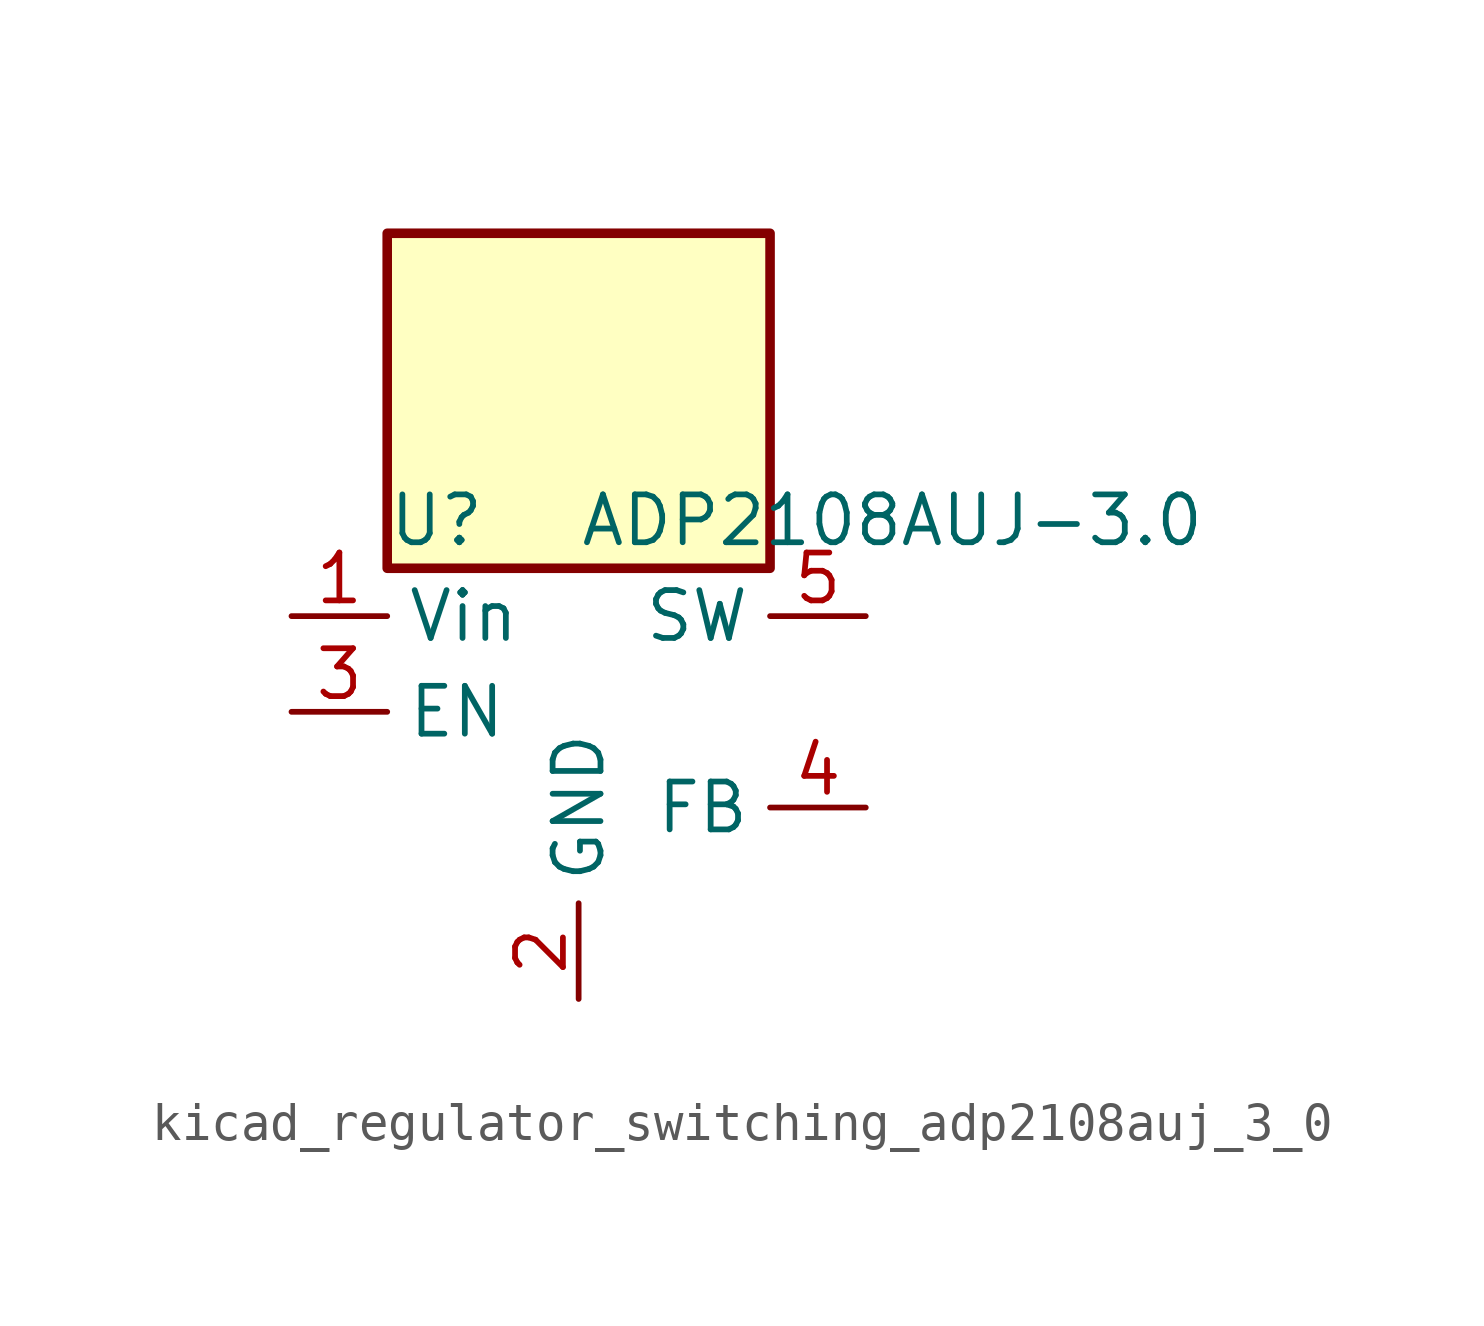
<source format=kicad_sym>
(kicad_symbol_lib
  (version 20220914)
  (generator kicad_symbol_editor)
  (symbol "kicad_regulator_switching_adp2108auj_3_0"
    (property "Reference" "U"
      (at -5.08 5.08 0)
      (effects (font (size 1.27 1.27)) (justify left)))
    (property "Value" "ADP2108AUJ-3.0"
      (at 0 5.08 0)
      (effects (font (size 1.27 1.27)) (justify left)))
    (symbol "kicad_regulator_switching_adp2108auj_3_0_0_1"
      (rectangle (start 5.08 12.7) (end -5.08 3.81) (stroke (width 0.254) (type default)) (fill (type background))))
    (symbol "kicad_regulator_switching_adp2108auj_3_0_1_1"
      (pin power_in line (at -7.62 2.54 0) (length 2.54) (name "Vin" (effects (font (size 1.27 1.27)))) (number "1" (effects (font (size 1.27 1.27)))))
      (pin power_in line (at 0 -7.62 90) (length 2.54) (name "GND" (effects (font (size 1.27 1.27)))) (number "2" (effects (font (size 1.27 1.27)))))
      (pin input line (at -7.62 0 0) (length 2.54) (name "EN" (effects (font (size 1.27 1.27)))) (number "3" (effects (font (size 1.27 1.27)))))
      (pin input line (at 7.62 -2.54 180) (length 2.54) (name "FB" (effects (font (size 1.27 1.27)))) (number "4" (effects (font (size 1.27 1.27)))))
      (pin input line (at 7.62 2.54 180) (length 2.54) (name "SW" (effects (font (size 1.27 1.27)))) (number "5" (effects (font (size 1.27 1.27))))))))
</source>
